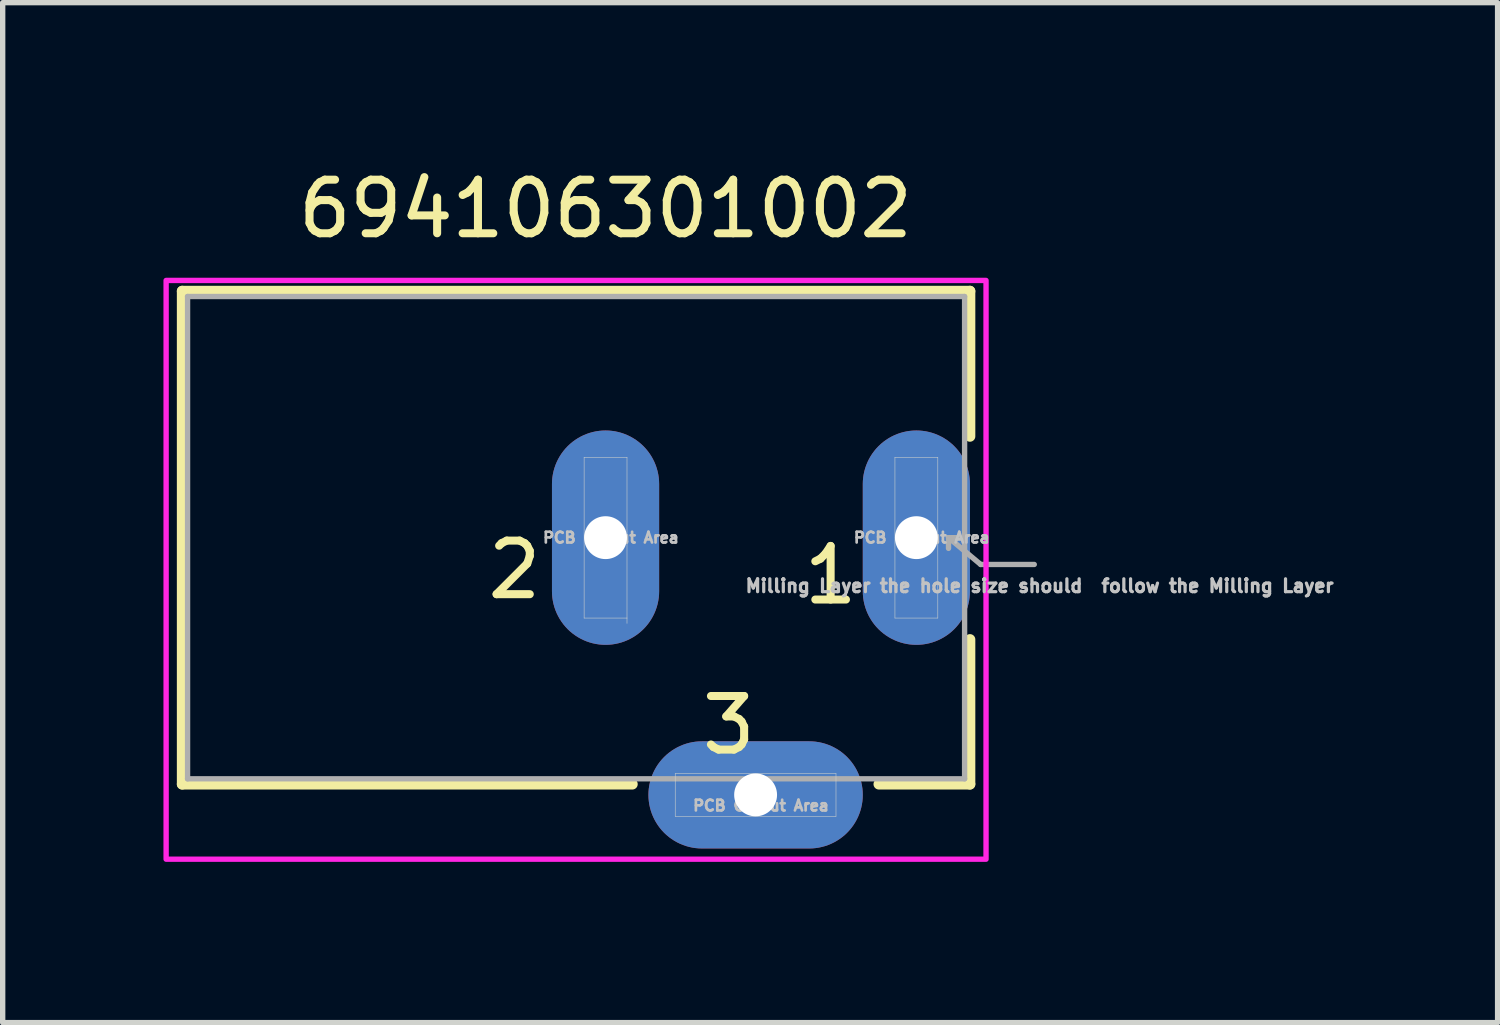
<source format=kicad_pcb>
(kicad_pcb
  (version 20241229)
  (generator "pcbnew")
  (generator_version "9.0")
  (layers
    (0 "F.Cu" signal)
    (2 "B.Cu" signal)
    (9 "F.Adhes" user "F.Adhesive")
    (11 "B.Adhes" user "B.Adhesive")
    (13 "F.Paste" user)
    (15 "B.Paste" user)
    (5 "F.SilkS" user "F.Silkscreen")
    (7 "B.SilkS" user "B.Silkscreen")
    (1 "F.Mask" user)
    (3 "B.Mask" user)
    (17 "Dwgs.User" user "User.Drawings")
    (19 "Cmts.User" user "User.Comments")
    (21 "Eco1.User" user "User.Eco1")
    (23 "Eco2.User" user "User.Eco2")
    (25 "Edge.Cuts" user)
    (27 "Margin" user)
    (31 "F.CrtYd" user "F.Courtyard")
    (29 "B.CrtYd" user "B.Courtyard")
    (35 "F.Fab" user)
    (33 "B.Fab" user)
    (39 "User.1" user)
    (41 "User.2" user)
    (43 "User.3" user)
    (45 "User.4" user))
  (footprint "694106301002"
    (layer "F.Cu")
    (at 8.25 6.983)
    (property "Reference" "694106301002" (at 0 -6.135 0) (layer "F.SilkS") (effects (font (size 1 1) (thickness 0.15))))
    (attr through_hole)
    (fp_line (start -7.9 -4.6) (end -7.9 4.6) (stroke (width 0.2) (type solid)) (layer "F.SilkS"))
    (fp_line (start 0.5 4.6) (end -7.9 4.6) (stroke (width 0.2) (type solid)) (layer "F.SilkS"))
    (fp_line (start 6.8 -4.6) (end -7.9 -4.6) (stroke (width 0.2) (type solid)) (layer "F.SilkS"))
    (fp_line (start 6.8 -4.6) (end 6.8 -1.89) (stroke (width 0.2) (type solid)) (layer "F.SilkS"))
    (fp_line (start 6.8 1.9) (end 6.8 4.6) (stroke (width 0.2) (type solid)) (layer "F.SilkS"))
    (fp_line (start 6.8 4.6) (end 5.1 4.6) (stroke (width 0.2) (type solid)) (layer "F.SilkS"))
    (fp_line (start -0.4 -1.5) (end 0.4 -1.5) (stroke (width 0.01) (type solid)) (layer "Edge.Cuts"))
    (fp_line (start -0.4 1.5) (end -0.4 -1.5) (stroke (width 0.01) (type solid)) (layer "Edge.Cuts"))
    (fp_line (start 0.4 -1.5) (end 0.4 1.5) (stroke (width 0.01) (type solid)) (layer "Edge.Cuts"))
    (fp_line (start 0.4 1.5) (end -0.4 1.5) (stroke (width 0.01) (type solid)) (layer "Edge.Cuts"))
    (fp_line (start 0.4 1.5) (end 0.4 1.6) (stroke (width 0.01) (type solid)) (layer "Edge.Cuts"))
    (fp_line (start 1.3 4.4) (end 4.3 4.4) (stroke (width 0.01) (type solid)) (layer "Edge.Cuts"))
    (fp_line (start 1.3 5.2) (end 1.3 4.4) (stroke (width 0.01) (type solid)) (layer "Edge.Cuts"))
    (fp_line (start 4.3 4.4) (end 4.3 5.2) (stroke (width 0.01) (type solid)) (layer "Edge.Cuts"))
    (fp_line (start 4.3 5.2) (end 1.3 5.2) (stroke (width 0.01) (type solid)) (layer "Edge.Cuts"))
    (fp_line (start 5.4 -1.5) (end 6.2 -1.5) (stroke (width 0.01) (type solid)) (layer "Edge.Cuts"))
    (fp_line (start 5.4 1.5) (end 5.4 -1.5) (stroke (width 0.01) (type solid)) (layer "Edge.Cuts"))
    (fp_line (start 6.2 -1.5) (end 6.2 1.5) (stroke (width 0.01) (type solid)) (layer "Edge.Cuts"))
    (fp_line (start 6.2 1.5) (end 5.4 1.5) (stroke (width 0.01) (type solid)) (layer "Edge.Cuts"))
    (fp_poly (pts (xy 7.1 6) (xy -8.2 6) (xy -8.2 -4.8) (xy 7.1 -4.8)) (stroke (width 0.1) (type solid)) (fill no) (layer "F.CrtYd"))
    (fp_line (start -7.8 -4.5) (end 6.7 -4.5) (stroke (width 0.1) (type solid)) (layer "F.Fab"))
    (fp_line (start -7.8 4.5) (end -7.8 -4.5) (stroke (width 0.1) (type solid)) (layer "F.Fab"))
    (fp_line (start 6.4 0) (end 6.4 0.2) (stroke (width 0.1) (type solid)) (layer "F.Fab"))
    (fp_line (start 6.4 0) (end 6.6 0) (stroke (width 0.1) (type solid)) (layer "F.Fab"))
    (fp_line (start 6.7 -4.5) (end 6.7 4.5) (stroke (width 0.1) (type solid)) (layer "F.Fab"))
    (fp_line (start 6.7 4.5) (end -7.8 4.5) (stroke (width 0.1) (type solid)) (layer "F.Fab"))
    (fp_line (start 7 0.5) (end 6.4 0) (stroke (width 0.1) (type solid)) (layer "F.Fab"))
    (fp_line (start 8 0.5) (end 7 0.5) (stroke (width 0.1) (type solid)) (layer "F.Fab"))
    (fp_text user "2" (at -1.7 0.6 0) (layer "F.SilkS") (effects (font (size 1 1) (thickness 0.15))))
    (fp_text user "1" (at 4.2 0.7 0) (layer "F.SilkS") (effects (font (size 1 1) (thickness 0.15))))
    (fp_text user "3" (at 2.3 3.5 0) (layer "F.SilkS") (effects (font (size 1 1) (thickness 0.15))))
    (fp_text user "Milling Layer the hole size should  follow the Milling Layer" (at 8.1 0.9 0) (layer "Dwgs.User") (effects (font (size 0.24 0.24) (thickness 0.15))))
    (fp_text user "PCB Cutout Area" (at 2.9 5 0) (layer "Dwgs.User") (effects (font (size 0.2 0.2) (thickness 0.15))))
    (fp_text user "PCB Cutout Area" (at 0.1 0 0) (layer "Dwgs.User") (effects (font (size 0.2 0.2) (thickness 0.15))))
    (fp_text user "PCB Cutout Area" (at 5.9 0 0) (layer "Dwgs.User") (effects (font (size 0.2 0.2) (thickness 0.15))))
    (fp_text user "PCB Cutout Area" (at 2.9 5 0) (layer "Edge.Cuts") (effects (font (size 0.2 0.2) (thickness 0.15))))
    (fp_text user "PCB Cutout Area" (at 0.1 0 0) (layer "Edge.Cuts") (effects (font (size 0.2 0.2) (thickness 0.15))))
    (fp_text user "PCB Cutout Area" (at 5.9 0 0) (layer "Edge.Cuts") (effects (font (size 0.2 0.2) (thickness 0.15))))
    (pad "1" thru_hole oval (at 5.8 0) (size 2 4) (drill 0.8) (layers "*.Cu" "*.Mask"))
    (pad "2" thru_hole oval (at 0 0) (size 2 4) (drill 0.8) (layers "*.Cu" "*.Mask"))
    (pad "3" thru_hole oval (at 2.8 4.8) (size 4 2) (drill 0.8) (layers "*.Cu" "*.Mask")))
  (gr_rect
    (start -3 -3)
    (end 24.896 16.033)
    (stroke (width 0.1) (type default))
    (fill no)
    (layer "Edge.Cuts")))
</source>
